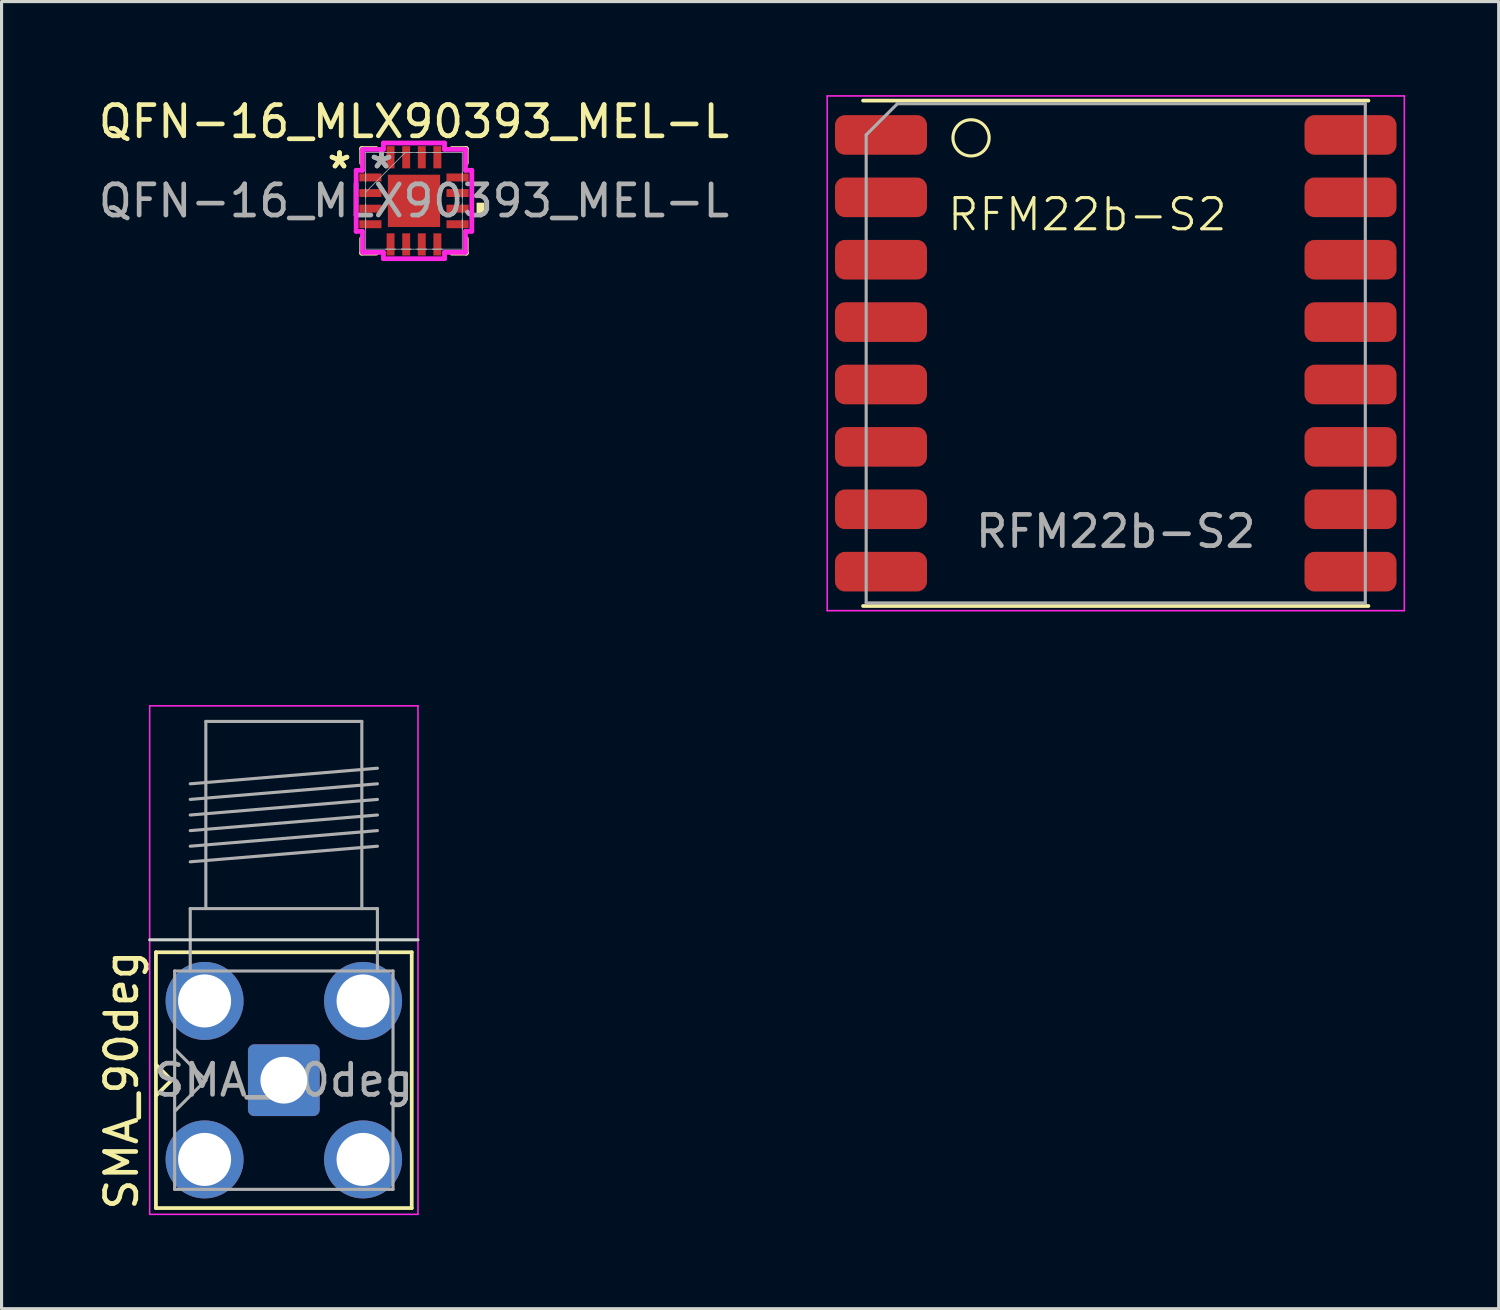
<source format=kicad_pcb>
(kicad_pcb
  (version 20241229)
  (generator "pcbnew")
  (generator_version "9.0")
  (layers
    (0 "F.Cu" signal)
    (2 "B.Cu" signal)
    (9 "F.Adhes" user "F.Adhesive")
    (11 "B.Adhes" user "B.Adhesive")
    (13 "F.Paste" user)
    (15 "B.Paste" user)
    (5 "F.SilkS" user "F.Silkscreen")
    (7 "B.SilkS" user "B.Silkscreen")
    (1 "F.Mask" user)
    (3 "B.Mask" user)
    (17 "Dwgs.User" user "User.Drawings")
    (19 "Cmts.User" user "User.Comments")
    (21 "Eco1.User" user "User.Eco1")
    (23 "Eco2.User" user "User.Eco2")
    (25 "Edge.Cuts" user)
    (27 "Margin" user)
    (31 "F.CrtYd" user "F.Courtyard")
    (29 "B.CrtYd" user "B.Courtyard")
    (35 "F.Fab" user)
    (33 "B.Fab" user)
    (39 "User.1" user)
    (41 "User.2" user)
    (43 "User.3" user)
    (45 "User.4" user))
  (footprint "RFM22b-S2"
    (layer "F.Cu")
    (at 31.805 8.905)
    (property "Reference" "RFM22b-S2" (at 0 -5.08 0) (unlocked yes) (layer "F.SilkS") (effects (font (size 1 1) (thickness 0.1))))
    (attr smd)
    (fp_line (start -7.19 -8.73) (end 9.01 -8.73) (stroke (width 0.12) (type solid)) (layer "F.SilkS"))
    (fp_line (start -7.19 7.47) (end 9.01 7.47) (stroke (width 0.12) (type solid)) (layer "F.SilkS"))
    (fp_circle (center -3.728 -7.536) (end -3.212 -7.271) (stroke (width 0.1) (type default)) (fill no) (layer "F.SilkS"))
    (fp_line (start -8.34 -8.88) (end 10.16 -8.88) (stroke (width 0.05) (type solid)) (layer "F.CrtYd"))
    (fp_line (start -8.34 7.62) (end -8.34 -8.88) (stroke (width 0.05) (type solid)) (layer "F.CrtYd"))
    (fp_line (start -8.34 7.62) (end 10.16 7.62) (stroke (width 0.05) (type solid)) (layer "F.CrtYd"))
    (fp_line (start 10.16 -8.88) (end 10.16 7.62) (stroke (width 0.05) (type solid)) (layer "F.CrtYd"))
    (fp_line (start -7.09 7.37) (end -7.09 -7.63) (stroke (width 0.1) (type solid)) (layer "F.Fab"))
    (fp_line (start -7.09 7.37) (end 8.91 7.37) (stroke (width 0.1) (type solid)) (layer "F.Fab"))
    (fp_line (start -6.09 -8.63) (end -7.09 -7.63) (stroke (width 0.1) (type solid)) (layer "F.Fab"))
    (fp_line (start -6.09 -8.63) (end 8.91 -8.63) (stroke (width 0.1) (type solid)) (layer "F.Fab"))
    (fp_line (start 8.91 7.37) (end 8.91 -8.63) (stroke (width 0.1) (type solid)) (layer "F.Fab"))
    (fp_text user "${REFERENCE}" (at 0.91 5.08 0) (layer "F.Fab") (effects (font (size 1 1) (thickness 0.15))))
    (pad "1" smd roundrect (at -6.615 -7.63) (size 2.95 1.27) (layers "F.Cu" "F.Mask" "F.Paste") (roundrect_rratio 0.25))
    (pad "2" smd roundrect (at -6.615 -5.63) (size 2.95 1.27) (layers "F.Cu" "F.Mask" "F.Paste") (roundrect_rratio 0.25))
    (pad "3" smd roundrect (at -6.615 -3.63) (size 2.95 1.27) (layers "F.Cu" "F.Mask" "F.Paste") (roundrect_rratio 0.25))
    (pad "4" smd roundrect (at -6.615 -1.63) (size 2.95 1.27) (layers "F.Cu" "F.Mask" "F.Paste") (roundrect_rratio 0.25))
    (pad "5" smd roundrect (at -6.615 0.37) (size 2.95 1.27) (layers "F.Cu" "F.Mask" "F.Paste") (roundrect_rratio 0.25))
    (pad "6" smd roundrect (at -6.615 2.37) (size 2.95 1.27) (layers "F.Cu" "F.Mask" "F.Paste") (roundrect_rratio 0.25))
    (pad "7" smd roundrect (at -6.615 4.37) (size 2.95 1.27) (layers "F.Cu" "F.Mask" "F.Paste") (roundrect_rratio 0.25))
    (pad "8" smd roundrect (at -6.615 6.37) (size 2.95 1.27) (layers "F.Cu" "F.Mask" "F.Paste") (roundrect_rratio 0.25))
    (pad "9" smd roundrect (at 8.435 -7.63) (size 2.95 1.27) (layers "F.Cu" "F.Mask" "F.Paste") (roundrect_rratio 0.25))
    (pad "10" smd roundrect (at 8.435 -5.63) (size 2.95 1.27) (layers "F.Cu" "F.Mask" "F.Paste") (roundrect_rratio 0.25))
    (pad "11" smd roundrect (at 8.435 -3.63) (size 2.95 1.27) (layers "F.Cu" "F.Mask" "F.Paste") (roundrect_rratio 0.25))
    (pad "12" smd roundrect (at 8.435 -1.63) (size 2.95 1.27) (layers "F.Cu" "F.Mask" "F.Paste") (roundrect_rratio 0.25))
    (pad "13" smd roundrect (at 8.435 0.37) (size 2.95 1.27) (layers "F.Cu" "F.Mask" "F.Paste") (roundrect_rratio 0.25))
    (pad "14" smd roundrect (at 8.435 2.37) (size 2.95 1.27) (layers "F.Cu" "F.Mask" "F.Paste") (roundrect_rratio 0.25))
    (pad "15" smd roundrect (at 8.435 4.37) (size 2.95 1.27) (layers "F.Cu" "F.Mask" "F.Paste") (roundrect_rratio 0.25))
    (pad "16" smd roundrect (at 8.435 6.37) (size 2.95 1.27) (layers "F.Cu" "F.Mask" "F.Paste") (roundrect_rratio 0.25)))
  (footprint "QFN-16_MLX90393_MEL-L"
    (layer "F.Cu")
    (at 10.22 3.388)
    (property "Reference" "QFN-16_MLX90393_MEL-L" (at 0 -2.54 0) (unlocked yes) (layer "F.SilkS") (effects (font (size 1 1) (thickness 0.15))))
    (attr smd)
    (fp_line (start -1.676 -1.676) (end -1.676 -1.21) (stroke (width 0.152) (type solid)) (layer "F.SilkS"))
    (fp_line (start -1.676 1.21) (end -1.676 1.676) (stroke (width 0.152) (type solid)) (layer "F.SilkS"))
    (fp_line (start -1.676 1.676) (end -1.21 1.676) (stroke (width 0.152) (type solid)) (layer "F.SilkS"))
    (fp_line (start -1.21 -1.676) (end -1.676 -1.676) (stroke (width 0.152) (type solid)) (layer "F.SilkS"))
    (fp_line (start 1.21 1.676) (end 1.676 1.676) (stroke (width 0.152) (type solid)) (layer "F.SilkS"))
    (fp_line (start 1.676 -1.676) (end 1.21 -1.676) (stroke (width 0.152) (type solid)) (layer "F.SilkS"))
    (fp_line (start 1.676 -1.21) (end 1.676 -1.676) (stroke (width 0.152) (type solid)) (layer "F.SilkS"))
    (fp_line (start 1.676 1.676) (end 1.676 1.21) (stroke (width 0.152) (type solid)) (layer "F.SilkS"))
    (fp_poly (pts (xy 2.261 0.059) (xy 2.261 0.441) (xy 2.007 0.441) (xy 2.007 0.059)) (stroke (width 0) (type solid)) (fill yes) (layer "F.SilkS"))
    (fp_line (start -1.854 -0.979) (end -1.651 -0.979) (stroke (width 0.152) (type solid)) (layer "F.CrtYd"))
    (fp_line (start -1.854 0.979) (end -1.854 -0.979) (stroke (width 0.152) (type solid)) (layer "F.CrtYd"))
    (fp_line (start -1.651 -1.651) (end -0.979 -1.651) (stroke (width 0.152) (type solid)) (layer "F.CrtYd"))
    (fp_line (start -1.651 -0.979) (end -1.651 -1.651) (stroke (width 0.152) (type solid)) (layer "F.CrtYd"))
    (fp_line (start -1.651 0.979) (end -1.854 0.979) (stroke (width 0.152) (type solid)) (layer "F.CrtYd"))
    (fp_line (start -1.651 1.651) (end -1.651 0.979) (stroke (width 0.152) (type solid)) (layer "F.CrtYd"))
    (fp_line (start -0.979 -1.854) (end 0.979 -1.854) (stroke (width 0.152) (type solid)) (layer "F.CrtYd"))
    (fp_line (start -0.979 -1.651) (end -0.979 -1.854) (stroke (width 0.152) (type solid)) (layer "F.CrtYd"))
    (fp_line (start -0.979 1.651) (end -1.651 1.651) (stroke (width 0.152) (type solid)) (layer "F.CrtYd"))
    (fp_line (start -0.979 1.854) (end -0.979 1.651) (stroke (width 0.152) (type solid)) (layer "F.CrtYd"))
    (fp_line (start 0.979 -1.854) (end 0.979 -1.651) (stroke (width 0.152) (type solid)) (layer "F.CrtYd"))
    (fp_line (start 0.979 -1.651) (end 1.651 -1.651) (stroke (width 0.152) (type solid)) (layer "F.CrtYd"))
    (fp_line (start 0.979 1.651) (end 0.979 1.854) (stroke (width 0.152) (type solid)) (layer "F.CrtYd"))
    (fp_line (start 0.979 1.854) (end -0.979 1.854) (stroke (width 0.152) (type solid)) (layer "F.CrtYd"))
    (fp_line (start 1.651 -1.651) (end 1.651 -0.979) (stroke (width 0.152) (type solid)) (layer "F.CrtYd"))
    (fp_line (start 1.651 -0.979) (end 1.854 -0.979) (stroke (width 0.152) (type solid)) (layer "F.CrtYd"))
    (fp_line (start 1.651 0.979) (end 1.651 1.651) (stroke (width 0.152) (type solid)) (layer "F.CrtYd"))
    (fp_line (start 1.651 1.651) (end 0.979 1.651) (stroke (width 0.152) (type solid)) (layer "F.CrtYd"))
    (fp_line (start 1.854 -0.979) (end 1.854 0.979) (stroke (width 0.152) (type solid)) (layer "F.CrtYd"))
    (fp_line (start 1.854 0.979) (end 1.651 0.979) (stroke (width 0.152) (type solid)) (layer "F.CrtYd"))
    (fp_line (start -1.549 -1.549) (end -1.549 -1.549) (stroke (width 0.025) (type solid)) (layer "F.Fab"))
    (fp_line (start -1.549 -1.549) (end -1.549 1.549) (stroke (width 0.025) (type solid)) (layer "F.Fab"))
    (fp_line (start -1.549 -0.902) (end -1.549 -0.902) (stroke (width 0.025) (type solid)) (layer "F.Fab"))
    (fp_line (start -1.549 -0.902) (end -1.549 -0.598) (stroke (width 0.025) (type solid)) (layer "F.Fab"))
    (fp_line (start -1.549 -0.598) (end -1.549 -0.902) (stroke (width 0.025) (type solid)) (layer "F.Fab"))
    (fp_line (start -1.549 -0.598) (end -1.549 -0.598) (stroke (width 0.025) (type solid)) (layer "F.Fab"))
    (fp_line (start -1.549 -0.402) (end -1.549 -0.402) (stroke (width 0.025) (type solid)) (layer "F.Fab"))
    (fp_line (start -1.549 -0.402) (end -1.549 -0.098) (stroke (width 0.025) (type solid)) (layer "F.Fab"))
    (fp_line (start -1.549 -0.279) (end -0.279 -1.549) (stroke (width 0.025) (type solid)) (layer "F.Fab"))
    (fp_line (start -1.549 -0.098) (end -1.549 -0.402) (stroke (width 0.025) (type solid)) (layer "F.Fab"))
    (fp_line (start -1.549 -0.098) (end -1.549 -0.098) (stroke (width 0.025) (type solid)) (layer "F.Fab"))
    (fp_line (start -1.549 0.098) (end -1.549 0.098) (stroke (width 0.025) (type solid)) (layer "F.Fab"))
    (fp_line (start -1.549 0.098) (end -1.549 0.402) (stroke (width 0.025) (type solid)) (layer "F.Fab"))
    (fp_line (start -1.549 0.402) (end -1.549 0.098) (stroke (width 0.025) (type solid)) (layer "F.Fab"))
    (fp_line (start -1.549 0.402) (end -1.549 0.402) (stroke (width 0.025) (type solid)) (layer "F.Fab"))
    (fp_line (start -1.549 0.598) (end -1.549 0.598) (stroke (width 0.025) (type solid)) (layer "F.Fab"))
    (fp_line (start -1.549 0.598) (end -1.549 0.902) (stroke (width 0.025) (type solid)) (layer "F.Fab"))
    (fp_line (start -1.549 0.902) (end -1.549 0.598) (stroke (width 0.025) (type solid)) (layer "F.Fab"))
    (fp_line (start -1.549 0.902) (end -1.549 0.902) (stroke (width 0.025) (type solid)) (layer "F.Fab"))
    (fp_line (start -1.549 1.549) (end -1.549 1.549) (stroke (width 0.025) (type solid)) (layer "F.Fab"))
    (fp_line (start -1.549 1.549) (end 1.549 1.549) (stroke (width 0.025) (type solid)) (layer "F.Fab"))
    (fp_line (start -0.902 -1.549) (end -0.902 -1.549) (stroke (width 0.025) (type solid)) (layer "F.Fab"))
    (fp_line (start -0.902 -1.549) (end -0.598 -1.549) (stroke (width 0.025) (type solid)) (layer "F.Fab"))
    (fp_line (start -0.902 1.549) (end -0.902 1.549) (stroke (width 0.025) (type solid)) (layer "F.Fab"))
    (fp_line (start -0.902 1.549) (end -0.598 1.549) (stroke (width 0.025) (type solid)) (layer "F.Fab"))
    (fp_line (start -0.598 -1.549) (end -0.902 -1.549) (stroke (width 0.025) (type solid)) (layer "F.Fab"))
    (fp_line (start -0.598 -1.549) (end -0.598 -1.549) (stroke (width 0.025) (type solid)) (layer "F.Fab"))
    (fp_line (start -0.598 1.549) (end -0.902 1.549) (stroke (width 0.025) (type solid)) (layer "F.Fab"))
    (fp_line (start -0.598 1.549) (end -0.598 1.549) (stroke (width 0.025) (type solid)) (layer "F.Fab"))
    (fp_line (start -0.402 -1.549) (end -0.402 -1.549) (stroke (width 0.025) (type solid)) (layer "F.Fab"))
    (fp_line (start -0.402 -1.549) (end -0.098 -1.549) (stroke (width 0.025) (type solid)) (layer "F.Fab"))
    (fp_line (start -0.402 1.549) (end -0.402 1.549) (stroke (width 0.025) (type solid)) (layer "F.Fab"))
    (fp_line (start -0.402 1.549) (end -0.098 1.549) (stroke (width 0.025) (type solid)) (layer "F.Fab"))
    (fp_line (start -0.098 -1.549) (end -0.402 -1.549) (stroke (width 0.025) (type solid)) (layer "F.Fab"))
    (fp_line (start -0.098 -1.549) (end -0.098 -1.549) (stroke (width 0.025) (type solid)) (layer "F.Fab"))
    (fp_line (start -0.098 1.549) (end -0.402 1.549) (stroke (width 0.025) (type solid)) (layer "F.Fab"))
    (fp_line (start -0.098 1.549) (end -0.098 1.549) (stroke (width 0.025) (type solid)) (layer "F.Fab"))
    (fp_line (start 0.098 -1.549) (end 0.098 -1.549) (stroke (width 0.025) (type solid)) (layer "F.Fab"))
    (fp_line (start 0.098 -1.549) (end 0.402 -1.549) (stroke (width 0.025) (type solid)) (layer "F.Fab"))
    (fp_line (start 0.098 1.549) (end 0.098 1.549) (stroke (width 0.025) (type solid)) (layer "F.Fab"))
    (fp_line (start 0.098 1.549) (end 0.402 1.549) (stroke (width 0.025) (type solid)) (layer "F.Fab"))
    (fp_line (start 0.402 -1.549) (end 0.098 -1.549) (stroke (width 0.025) (type solid)) (layer "F.Fab"))
    (fp_line (start 0.402 -1.549) (end 0.402 -1.549) (stroke (width 0.025) (type solid)) (layer "F.Fab"))
    (fp_line (start 0.402 1.549) (end 0.098 1.549) (stroke (width 0.025) (type solid)) (layer "F.Fab"))
    (fp_line (start 0.402 1.549) (end 0.402 1.549) (stroke (width 0.025) (type solid)) (layer "F.Fab"))
    (fp_line (start 0.598 -1.549) (end 0.598 -1.549) (stroke (width 0.025) (type solid)) (layer "F.Fab"))
    (fp_line (start 0.598 -1.549) (end 0.902 -1.549) (stroke (width 0.025) (type solid)) (layer "F.Fab"))
    (fp_line (start 0.598 1.549) (end 0.598 1.549) (stroke (width 0.025) (type solid)) (layer "F.Fab"))
    (fp_line (start 0.598 1.549) (end 0.902 1.549) (stroke (width 0.025) (type solid)) (layer "F.Fab"))
    (fp_line (start 0.902 -1.549) (end 0.598 -1.549) (stroke (width 0.025) (type solid)) (layer "F.Fab"))
    (fp_line (start 0.902 -1.549) (end 0.902 -1.549) (stroke (width 0.025) (type solid)) (layer "F.Fab"))
    (fp_line (start 0.902 1.549) (end 0.598 1.549) (stroke (width 0.025) (type solid)) (layer "F.Fab"))
    (fp_line (start 0.902 1.549) (end 0.902 1.549) (stroke (width 0.025) (type solid)) (layer "F.Fab"))
    (fp_line (start 1.549 -1.549) (end -1.549 -1.549) (stroke (width 0.025) (type solid)) (layer "F.Fab"))
    (fp_line (start 1.549 -1.549) (end 1.549 -1.549) (stroke (width 0.025) (type solid)) (layer "F.Fab"))
    (fp_line (start 1.549 -0.902) (end 1.549 -0.902) (stroke (width 0.025) (type solid)) (layer "F.Fab"))
    (fp_line (start 1.549 -0.902) (end 1.549 -0.598) (stroke (width 0.025) (type solid)) (layer "F.Fab"))
    (fp_line (start 1.549 -0.598) (end 1.549 -0.902) (stroke (width 0.025) (type solid)) (layer "F.Fab"))
    (fp_line (start 1.549 -0.598) (end 1.549 -0.598) (stroke (width 0.025) (type solid)) (layer "F.Fab"))
    (fp_line (start 1.549 -0.402) (end 1.549 -0.402) (stroke (width 0.025) (type solid)) (layer "F.Fab"))
    (fp_line (start 1.549 -0.402) (end 1.549 -0.098) (stroke (width 0.025) (type solid)) (layer "F.Fab"))
    (fp_line (start 1.549 -0.098) (end 1.549 -0.402) (stroke (width 0.025) (type solid)) (layer "F.Fab"))
    (fp_line (start 1.549 -0.098) (end 1.549 -0.098) (stroke (width 0.025) (type solid)) (layer "F.Fab"))
    (fp_line (start 1.549 0.098) (end 1.549 0.098) (stroke (width 0.025) (type solid)) (layer "F.Fab"))
    (fp_line (start 1.549 0.098) (end 1.549 0.402) (stroke (width 0.025) (type solid)) (layer "F.Fab"))
    (fp_line (start 1.549 0.402) (end 1.549 0.098) (stroke (width 0.025) (type solid)) (layer "F.Fab"))
    (fp_line (start 1.549 0.402) (end 1.549 0.402) (stroke (width 0.025) (type solid)) (layer "F.Fab"))
    (fp_line (start 1.549 0.598) (end 1.549 0.598) (stroke (width 0.025) (type solid)) (layer "F.Fab"))
    (fp_line (start 1.549 0.598) (end 1.549 0.902) (stroke (width 0.025) (type solid)) (layer "F.Fab"))
    (fp_line (start 1.549 0.902) (end 1.549 0.598) (stroke (width 0.025) (type solid)) (layer "F.Fab"))
    (fp_line (start 1.549 0.902) (end 1.549 0.902) (stroke (width 0.025) (type solid)) (layer "F.Fab"))
    (fp_line (start 1.549 1.549) (end 1.549 -1.549) (stroke (width 0.025) (type solid)) (layer "F.Fab"))
    (fp_line (start 1.549 1.549) (end 1.549 1.549) (stroke (width 0.025) (type solid)) (layer "F.Fab"))
    (fp_text user "*" (at -2.388 -1 0) (layer "F.SilkS") (effects (font (size 1 1) (thickness 0.15))))
    (fp_text user "*" (at -2.388 -1 0) (unlocked yes) (layer "F.SilkS") (effects (font (size 1 1) (thickness 0.15))))
    (fp_text user "${REFERENCE}" (at 0 0 0) (unlocked yes) (layer "F.Fab") (effects (font (size 1 1) (thickness 0.15))))
    (fp_text user "*" (at -1.041 -1 0) (unlocked yes) (layer "F.Fab") (effects (font (size 1 1) (thickness 0.15))))
    (fp_text user "*" (at -1.041 -1 0) (layer "F.Fab") (effects (font (size 1 1) (thickness 0.15))))
    (pad "1" smd rect (at -1.397 -0.75 90) (size 0.254 0.711) (layers "F.Cu" "F.Mask" "F.Paste"))
    (pad "2" smd rect (at -1.397 -0.25 90) (size 0.254 0.711) (layers "F.Cu" "F.Mask" "F.Paste"))
    (pad "3" smd rect (at -1.397 0.25 90) (size 0.254 0.711) (layers "F.Cu" "F.Mask" "F.Paste"))
    (pad "4" smd rect (at -1.397 0.75 90) (size 0.254 0.711) (layers "F.Cu" "F.Mask" "F.Paste"))
    (pad "5" smd rect (at -0.75 1.397) (size 0.254 0.711) (layers "F.Cu" "F.Mask" "F.Paste"))
    (pad "6" smd rect (at -0.25 1.397) (size 0.254 0.711) (layers "F.Cu" "F.Mask" "F.Paste"))
    (pad "7" smd rect (at 0.25 1.397) (size 0.254 0.711) (layers "F.Cu" "F.Mask" "F.Paste"))
    (pad "8" smd rect (at 0.75 1.397) (size 0.254 0.711) (layers "F.Cu" "F.Mask" "F.Paste"))
    (pad "9" smd rect (at 1.397 0.75 90) (size 0.254 0.711) (layers "F.Cu" "F.Mask" "F.Paste"))
    (pad "10" smd rect (at 1.397 0.25 90) (size 0.254 0.711) (layers "F.Cu" "F.Mask" "F.Paste"))
    (pad "11" smd rect (at 1.397 -0.25 90) (size 0.254 0.711) (layers "F.Cu" "F.Mask" "F.Paste"))
    (pad "12" smd rect (at 1.397 -0.75 90) (size 0.254 0.711) (layers "F.Cu" "F.Mask" "F.Paste"))
    (pad "13" smd rect (at 0.75 -1.397) (size 0.254 0.711) (layers "F.Cu" "F.Mask" "F.Paste"))
    (pad "14" smd rect (at 0.25 -1.397) (size 0.254 0.711) (layers "F.Cu" "F.Mask" "F.Paste"))
    (pad "15" smd rect (at -0.25 -1.397) (size 0.254 0.711) (layers "F.Cu" "F.Mask" "F.Paste"))
    (pad "16" smd rect (at -0.75 -1.397) (size 0.254 0.711) (layers "F.Cu" "F.Mask" "F.Paste"))
    (pad "17" smd rect (at 0 0) (size 1.676 1.676) (layers "F.Cu" "F.Mask" "F.Paste")))
  (footprint "SMA_90deg"
    (layer "F.Cu")
    (at 6.048 31.575)
    (property "Reference" "SMA_90deg" (at -5.2 0 90) (layer "F.SilkS") (effects (font (size 1 1) (thickness 0.15))))
    (attr through_hole)
    (fp_line (start -4.1 -4.1) (end -4.1 4.1) (stroke (width 0.12) (type solid)) (layer "F.SilkS"))
    (fp_line (start -4.1 -4.1) (end 4.1 -4.1) (stroke (width 0.12) (type solid)) (layer "F.SilkS"))
    (fp_line (start -4.1 0.5) (end -3.6 0) (stroke (width 0.12) (type solid)) (layer "F.SilkS"))
    (fp_line (start -4.1 4.1) (end 4.1 4.1) (stroke (width 0.12) (type solid)) (layer "F.SilkS"))
    (fp_line (start -3.6 0) (end -4.1 -0.5) (stroke (width 0.12) (type solid)) (layer "F.SilkS"))
    (fp_line (start 4.1 -4.1) (end 4.1 4.1) (stroke (width 0.12) (type solid)) (layer "F.SilkS"))
    (fp_line (start 4.3 -4.5) (end -4.3 -4.5) (stroke (width 0.1) (type solid)) (layer "Edge.Cuts"))
    (fp_line (start -4.3 -12) (end -4.3 4.3) (stroke (width 0.05) (type solid)) (layer "F.CrtYd"))
    (fp_line (start -4.3 -12) (end 4.3 -12) (stroke (width 0.05) (type solid)) (layer "F.CrtYd"))
    (fp_line (start 4.3 4.3) (end -4.3 4.3) (stroke (width 0.05) (type solid)) (layer "F.CrtYd"))
    (fp_line (start 4.3 4.3) (end 4.3 -12) (stroke (width 0.05) (type solid)) (layer "F.CrtYd"))
    (fp_line (start -3.5 -3.5) (end -3.5 3.5) (stroke (width 0.1) (type solid)) (layer "F.Fab"))
    (fp_line (start -3.5 -3.5) (end 3.5 -3.5) (stroke (width 0.1) (type solid)) (layer "F.Fab"))
    (fp_line (start -3.5 -1) (end -2.5 0) (stroke (width 0.1) (type solid)) (layer "F.Fab"))
    (fp_line (start -3.5 3.5) (end 3.5 3.5) (stroke (width 0.1) (type solid)) (layer "F.Fab"))
    (fp_line (start -3 -9.5) (end 3 -10) (stroke (width 0.1) (type solid)) (layer "F.Fab"))
    (fp_line (start -3 -9) (end 3 -9.5) (stroke (width 0.1) (type solid)) (layer "F.Fab"))
    (fp_line (start -3 -8.5) (end 3 -9) (stroke (width 0.1) (type solid)) (layer "F.Fab"))
    (fp_line (start -3 -8) (end 3 -8.5) (stroke (width 0.1) (type solid)) (layer "F.Fab"))
    (fp_line (start -3 -7.5) (end 3 -8) (stroke (width 0.1) (type solid)) (layer "F.Fab"))
    (fp_line (start -3 -7) (end 3 -7.5) (stroke (width 0.1) (type solid)) (layer "F.Fab"))
    (fp_line (start -3 -5.5) (end -3 -3.5) (stroke (width 0.1) (type solid)) (layer "F.Fab"))
    (fp_line (start -2.5 -11.5) (end -2.5 -5.5) (stroke (width 0.1) (type solid)) (layer "F.Fab"))
    (fp_line (start -2.5 -11.5) (end 2.5 -11.5) (stroke (width 0.1) (type solid)) (layer "F.Fab"))
    (fp_line (start -2.5 0) (end -3.5 1) (stroke (width 0.1) (type solid)) (layer "F.Fab"))
    (fp_line (start 2.5 -11.5) (end 2.5 -5.5) (stroke (width 0.1) (type solid)) (layer "F.Fab"))
    (fp_line (start 3 -5.5) (end -3 -5.5) (stroke (width 0.1) (type solid)) (layer "F.Fab"))
    (fp_line (start 3 -5.5) (end 3 -3.5) (stroke (width 0.1) (type solid)) (layer "F.Fab"))
    (fp_line (start 3.5 -3.5) (end 3.5 3.5) (stroke (width 0.1) (type solid)) (layer "F.Fab"))
    (fp_text user "${REFERENCE}" (at 0 0 0) (layer "F.Fab") (effects (font (size 1 1) (thickness 0.15))))
    (pad "1" thru_hole roundrect (at 0 0) (size 2.3 2.3) (drill 1.5) (layers "*.Cu" "*.Mask") (remove_unused_layers yes) (keep_end_layers yes) (zone_layer_connections) (roundrect_rratio 0.087))
    (pad "2" thru_hole circle (at -2.54 -2.54) (size 2.5 2.5) (drill 1.7) (layers "*.Cu" "*.Mask") (remove_unused_layers yes) (keep_end_layers yes) (zone_layer_connections))
    (pad "2" thru_hole circle (at -2.54 2.54) (size 2.5 2.5) (drill 1.7) (layers "*.Cu" "*.Mask") (remove_unused_layers yes) (keep_end_layers yes) (zone_layer_connections))
    (pad "2" thru_hole circle (at 2.54 -2.54) (size 2.5 2.5) (drill 1.7) (layers "*.Cu" "*.Mask") (remove_unused_layers yes) (keep_end_layers yes) (zone_layer_connections))
    (pad "2" thru_hole circle (at 2.54 2.54) (size 2.5 2.5) (drill 1.7) (layers "*.Cu" "*.Mask") (remove_unused_layers yes) (keep_end_layers yes) (zone_layer_connections)))
  (gr_rect
    (start -3 -3)
    (end 44.99 38.9)
    (stroke (width 0.1) (type default))
    (fill no)
    (layer "Edge.Cuts")))
</source>
